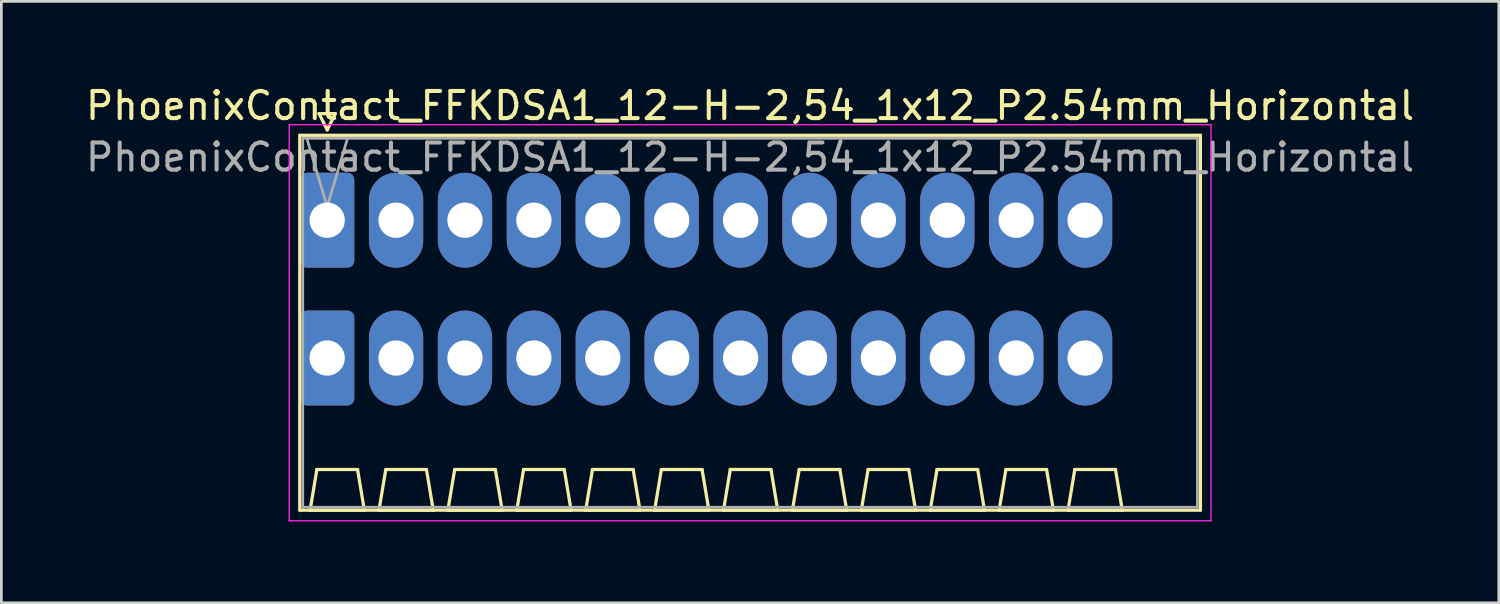
<source format=kicad_pcb>
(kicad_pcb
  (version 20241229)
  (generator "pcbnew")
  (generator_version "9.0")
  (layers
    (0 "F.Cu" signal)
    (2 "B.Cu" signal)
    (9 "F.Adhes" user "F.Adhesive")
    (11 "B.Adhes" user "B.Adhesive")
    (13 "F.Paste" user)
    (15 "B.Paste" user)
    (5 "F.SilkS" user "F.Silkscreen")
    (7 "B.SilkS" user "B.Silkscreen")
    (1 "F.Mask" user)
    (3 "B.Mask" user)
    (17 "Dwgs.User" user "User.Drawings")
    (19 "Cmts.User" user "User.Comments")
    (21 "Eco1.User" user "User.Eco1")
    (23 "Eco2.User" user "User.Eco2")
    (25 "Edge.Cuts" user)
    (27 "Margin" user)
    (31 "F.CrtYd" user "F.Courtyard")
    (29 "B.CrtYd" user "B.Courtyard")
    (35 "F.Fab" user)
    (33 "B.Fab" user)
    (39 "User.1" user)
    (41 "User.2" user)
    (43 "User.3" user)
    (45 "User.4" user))
  (footprint "PhoenixContact_FFKDSA1_12-H-2,54_1x12_P2.54mm_Horizontal"
    (layer "F.Cu")
    (at 9.011 5.068)
    (property "Reference" "PhoenixContact_FFKDSA1_12-H-2,54_1x12_P2.54mm_Horizontal" (at 15.59 -4.22 0) (layer "F.SilkS") (effects (font (size 1 1) (thickness 0.15))))
    (attr through_hole)
    (fp_line (start -1.01 -3.13) (end -1.01 10.69) (stroke (width 0.12) (type solid)) (layer "F.SilkS"))
    (fp_line (start -1.01 10.69) (end 32.19 10.69) (stroke (width 0.12) (type solid)) (layer "F.SilkS"))
    (fp_line (start -0.63 10.69) (end 1.37 10.69) (stroke (width 0.12) (type solid)) (layer "F.SilkS"))
    (fp_line (start -0.38 9.19) (end -0.63 10.69) (stroke (width 0.12) (type solid)) (layer "F.SilkS"))
    (fp_line (start -0.3 -3.93) (end 0.3 -3.93) (stroke (width 0.12) (type solid)) (layer "F.SilkS"))
    (fp_line (start 0 -3.33) (end -0.3 -3.93) (stroke (width 0.12) (type solid)) (layer "F.SilkS"))
    (fp_line (start 0.3 -3.93) (end 0 -3.33) (stroke (width 0.12) (type solid)) (layer "F.SilkS"))
    (fp_line (start 1.12 9.19) (end -0.38 9.19) (stroke (width 0.12) (type solid)) (layer "F.SilkS"))
    (fp_line (start 1.37 10.69) (end 1.12 9.19) (stroke (width 0.12) (type solid)) (layer "F.SilkS"))
    (fp_line (start 1.91 10.69) (end 3.91 10.69) (stroke (width 0.12) (type solid)) (layer "F.SilkS"))
    (fp_line (start 2.16 9.19) (end 1.91 10.69) (stroke (width 0.12) (type solid)) (layer "F.SilkS"))
    (fp_line (start 3.66 9.19) (end 2.16 9.19) (stroke (width 0.12) (type solid)) (layer "F.SilkS"))
    (fp_line (start 3.91 10.69) (end 3.66 9.19) (stroke (width 0.12) (type solid)) (layer "F.SilkS"))
    (fp_line (start 4.45 10.69) (end 6.45 10.69) (stroke (width 0.12) (type solid)) (layer "F.SilkS"))
    (fp_line (start 4.7 9.19) (end 4.45 10.69) (stroke (width 0.12) (type solid)) (layer "F.SilkS"))
    (fp_line (start 6.2 9.19) (end 4.7 9.19) (stroke (width 0.12) (type solid)) (layer "F.SilkS"))
    (fp_line (start 6.45 10.69) (end 6.2 9.19) (stroke (width 0.12) (type solid)) (layer "F.SilkS"))
    (fp_line (start 6.99 10.69) (end 8.99 10.69) (stroke (width 0.12) (type solid)) (layer "F.SilkS"))
    (fp_line (start 7.24 9.19) (end 6.99 10.69) (stroke (width 0.12) (type solid)) (layer "F.SilkS"))
    (fp_line (start 8.74 9.19) (end 7.24 9.19) (stroke (width 0.12) (type solid)) (layer "F.SilkS"))
    (fp_line (start 8.99 10.69) (end 8.74 9.19) (stroke (width 0.12) (type solid)) (layer "F.SilkS"))
    (fp_line (start 9.53 10.69) (end 11.53 10.69) (stroke (width 0.12) (type solid)) (layer "F.SilkS"))
    (fp_line (start 9.78 9.19) (end 9.53 10.69) (stroke (width 0.12) (type solid)) (layer "F.SilkS"))
    (fp_line (start 11.28 9.19) (end 9.78 9.19) (stroke (width 0.12) (type solid)) (layer "F.SilkS"))
    (fp_line (start 11.53 10.69) (end 11.28 9.19) (stroke (width 0.12) (type solid)) (layer "F.SilkS"))
    (fp_line (start 12.07 10.69) (end 14.07 10.69) (stroke (width 0.12) (type solid)) (layer "F.SilkS"))
    (fp_line (start 12.32 9.19) (end 12.07 10.69) (stroke (width 0.12) (type solid)) (layer "F.SilkS"))
    (fp_line (start 13.82 9.19) (end 12.32 9.19) (stroke (width 0.12) (type solid)) (layer "F.SilkS"))
    (fp_line (start 14.07 10.69) (end 13.82 9.19) (stroke (width 0.12) (type solid)) (layer "F.SilkS"))
    (fp_line (start 14.61 10.69) (end 16.61 10.69) (stroke (width 0.12) (type solid)) (layer "F.SilkS"))
    (fp_line (start 14.86 9.19) (end 14.61 10.69) (stroke (width 0.12) (type solid)) (layer "F.SilkS"))
    (fp_line (start 16.36 9.19) (end 14.86 9.19) (stroke (width 0.12) (type solid)) (layer "F.SilkS"))
    (fp_line (start 16.61 10.69) (end 16.36 9.19) (stroke (width 0.12) (type solid)) (layer "F.SilkS"))
    (fp_line (start 17.15 10.69) (end 19.15 10.69) (stroke (width 0.12) (type solid)) (layer "F.SilkS"))
    (fp_line (start 17.4 9.19) (end 17.15 10.69) (stroke (width 0.12) (type solid)) (layer "F.SilkS"))
    (fp_line (start 18.9 9.19) (end 17.4 9.19) (stroke (width 0.12) (type solid)) (layer "F.SilkS"))
    (fp_line (start 19.15 10.69) (end 18.9 9.19) (stroke (width 0.12) (type solid)) (layer "F.SilkS"))
    (fp_line (start 19.69 10.69) (end 21.69 10.69) (stroke (width 0.12) (type solid)) (layer "F.SilkS"))
    (fp_line (start 19.94 9.19) (end 19.69 10.69) (stroke (width 0.12) (type solid)) (layer "F.SilkS"))
    (fp_line (start 21.44 9.19) (end 19.94 9.19) (stroke (width 0.12) (type solid)) (layer "F.SilkS"))
    (fp_line (start 21.69 10.69) (end 21.44 9.19) (stroke (width 0.12) (type solid)) (layer "F.SilkS"))
    (fp_line (start 22.23 10.69) (end 24.23 10.69) (stroke (width 0.12) (type solid)) (layer "F.SilkS"))
    (fp_line (start 22.48 9.19) (end 22.23 10.69) (stroke (width 0.12) (type solid)) (layer "F.SilkS"))
    (fp_line (start 23.98 9.19) (end 22.48 9.19) (stroke (width 0.12) (type solid)) (layer "F.SilkS"))
    (fp_line (start 24.23 10.69) (end 23.98 9.19) (stroke (width 0.12) (type solid)) (layer "F.SilkS"))
    (fp_line (start 24.77 10.69) (end 26.77 10.69) (stroke (width 0.12) (type solid)) (layer "F.SilkS"))
    (fp_line (start 25.02 9.19) (end 24.77 10.69) (stroke (width 0.12) (type solid)) (layer "F.SilkS"))
    (fp_line (start 26.52 9.19) (end 25.02 9.19) (stroke (width 0.12) (type solid)) (layer "F.SilkS"))
    (fp_line (start 26.77 10.69) (end 26.52 9.19) (stroke (width 0.12) (type solid)) (layer "F.SilkS"))
    (fp_line (start 27.31 10.69) (end 29.31 10.69) (stroke (width 0.12) (type solid)) (layer "F.SilkS"))
    (fp_line (start 27.56 9.19) (end 27.31 10.69) (stroke (width 0.12) (type solid)) (layer "F.SilkS"))
    (fp_line (start 29.06 9.19) (end 27.56 9.19) (stroke (width 0.12) (type solid)) (layer "F.SilkS"))
    (fp_line (start 29.31 10.69) (end 29.06 9.19) (stroke (width 0.12) (type solid)) (layer "F.SilkS"))
    (fp_line (start 32.19 -3.13) (end -1.01 -3.13) (stroke (width 0.12) (type solid)) (layer "F.SilkS"))
    (fp_line (start 32.19 10.69) (end 32.19 -3.13) (stroke (width 0.12) (type solid)) (layer "F.SilkS"))
    (fp_line (start -1.4 -3.52) (end -1.4 11.08) (stroke (width 0.05) (type solid)) (layer "F.CrtYd"))
    (fp_line (start -1.4 11.08) (end 32.58 11.08) (stroke (width 0.05) (type solid)) (layer "F.CrtYd"))
    (fp_line (start 32.58 -3.52) (end -1.4 -3.52) (stroke (width 0.05) (type solid)) (layer "F.CrtYd"))
    (fp_line (start 32.58 11.08) (end 32.58 -3.52) (stroke (width 0.05) (type solid)) (layer "F.CrtYd"))
    (fp_line (start -0.9 -3.02) (end -0.9 10.58) (stroke (width 0.1) (type solid)) (layer "F.Fab"))
    (fp_line (start -0.9 10.58) (end 32.08 10.58) (stroke (width 0.1) (type solid)) (layer "F.Fab"))
    (fp_line (start 0 -0.5) (end -0.75 -3.02) (stroke (width 0.1) (type solid)) (layer "F.Fab"))
    (fp_line (start 0.75 -3.02) (end 0 -0.5) (stroke (width 0.1) (type solid)) (layer "F.Fab"))
    (fp_line (start 32.08 -3.02) (end -0.9 -3.02) (stroke (width 0.1) (type solid)) (layer "F.Fab"))
    (fp_line (start 32.08 10.58) (end 32.08 -3.02) (stroke (width 0.1) (type solid)) (layer "F.Fab"))
    (fp_text user "${REFERENCE}" (at 15.59 -2.32 0) (layer "F.Fab") (effects (font (size 1 1) (thickness 0.15))))
    (pad "1" thru_hole roundrect (at 0 0) (size 2 3.5) (drill 1.3) (layers "*.Cu" "*.Mask") (roundrect_rratio 0.125))
    (pad "1" thru_hole roundrect (at 0 5.08) (size 2 3.5) (drill 1.3) (layers "*.Cu" "*.Mask") (roundrect_rratio 0.125))
    (pad "2" thru_hole oval (at 2.54 0) (size 2 3.5) (drill 1.3) (layers "*.Cu" "*.Mask"))
    (pad "2" thru_hole oval (at 2.54 5.08) (size 2 3.5) (drill 1.3) (layers "*.Cu" "*.Mask"))
    (pad "3" thru_hole oval (at 5.08 0) (size 2 3.5) (drill 1.3) (layers "*.Cu" "*.Mask"))
    (pad "3" thru_hole oval (at 5.08 5.08) (size 2 3.5) (drill 1.3) (layers "*.Cu" "*.Mask"))
    (pad "4" thru_hole oval (at 7.62 0) (size 2 3.5) (drill 1.3) (layers "*.Cu" "*.Mask"))
    (pad "4" thru_hole oval (at 7.62 5.08) (size 2 3.5) (drill 1.3) (layers "*.Cu" "*.Mask"))
    (pad "5" thru_hole oval (at 10.16 0) (size 2 3.5) (drill 1.3) (layers "*.Cu" "*.Mask"))
    (pad "5" thru_hole oval (at 10.16 5.08) (size 2 3.5) (drill 1.3) (layers "*.Cu" "*.Mask"))
    (pad "6" thru_hole oval (at 12.7 0) (size 2 3.5) (drill 1.3) (layers "*.Cu" "*.Mask"))
    (pad "6" thru_hole oval (at 12.7 5.08) (size 2 3.5) (drill 1.3) (layers "*.Cu" "*.Mask"))
    (pad "7" thru_hole oval (at 15.24 0) (size 2 3.5) (drill 1.3) (layers "*.Cu" "*.Mask"))
    (pad "7" thru_hole oval (at 15.24 5.08) (size 2 3.5) (drill 1.3) (layers "*.Cu" "*.Mask"))
    (pad "8" thru_hole oval (at 17.78 0) (size 2 3.5) (drill 1.3) (layers "*.Cu" "*.Mask"))
    (pad "8" thru_hole oval (at 17.78 5.08) (size 2 3.5) (drill 1.3) (layers "*.Cu" "*.Mask"))
    (pad "9" thru_hole oval (at 20.32 0) (size 2 3.5) (drill 1.3) (layers "*.Cu" "*.Mask"))
    (pad "9" thru_hole oval (at 20.32 5.08) (size 2 3.5) (drill 1.3) (layers "*.Cu" "*.Mask"))
    (pad "10" thru_hole oval (at 22.86 0) (size 2 3.5) (drill 1.3) (layers "*.Cu" "*.Mask"))
    (pad "10" thru_hole oval (at 22.86 5.08) (size 2 3.5) (drill 1.3) (layers "*.Cu" "*.Mask"))
    (pad "11" thru_hole oval (at 25.4 0) (size 2 3.5) (drill 1.3) (layers "*.Cu" "*.Mask"))
    (pad "11" thru_hole oval (at 25.4 5.08) (size 2 3.5) (drill 1.3) (layers "*.Cu" "*.Mask"))
    (pad "12" thru_hole oval (at 27.94 0) (size 2 3.5) (drill 1.3) (layers "*.Cu" "*.Mask"))
    (pad "12" thru_hole oval (at 27.94 5.08) (size 2 3.5) (drill 1.3) (layers "*.Cu" "*.Mask")))
  (gr_rect
    (start -3 -3)
    (end 52.202 19.173)
    (stroke (width 0.1) (type default))
    (fill no)
    (layer "Edge.Cuts")))
</source>
